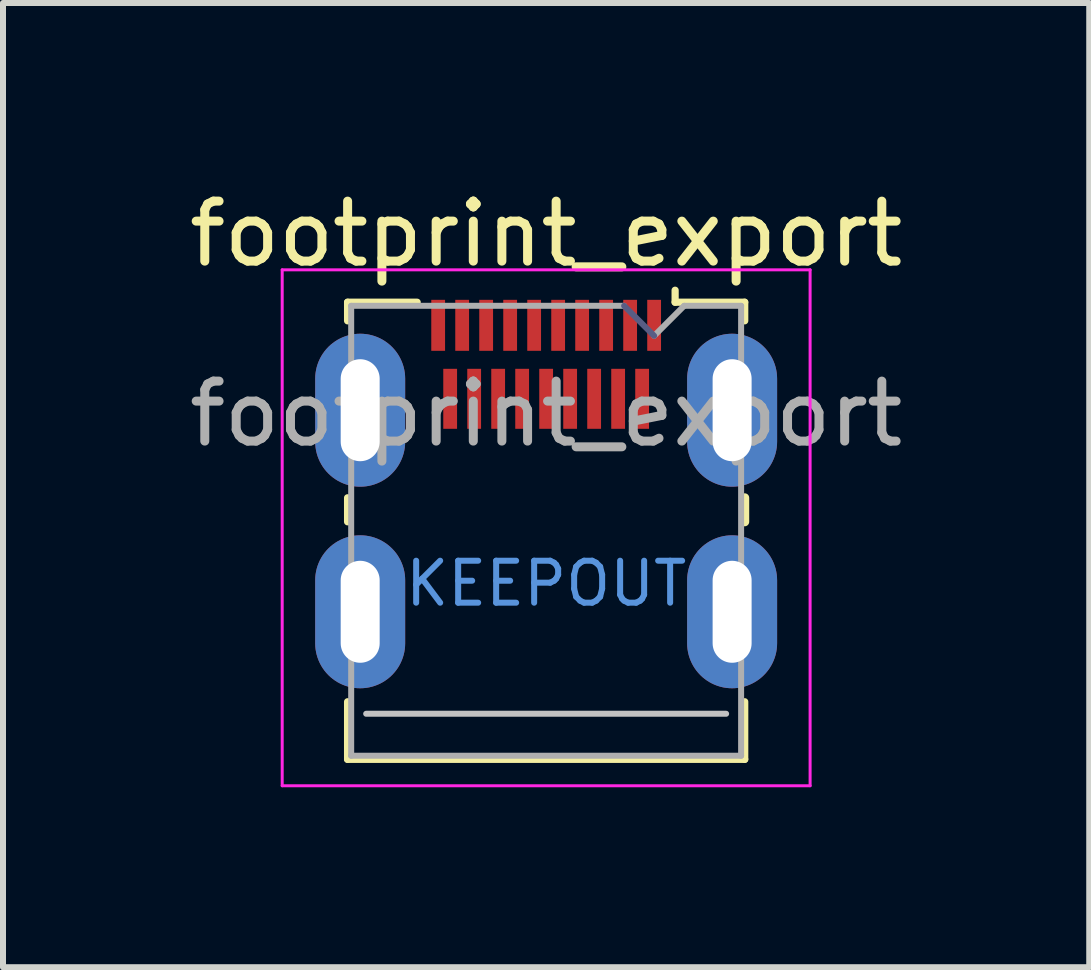
<source format=kicad_pcb>
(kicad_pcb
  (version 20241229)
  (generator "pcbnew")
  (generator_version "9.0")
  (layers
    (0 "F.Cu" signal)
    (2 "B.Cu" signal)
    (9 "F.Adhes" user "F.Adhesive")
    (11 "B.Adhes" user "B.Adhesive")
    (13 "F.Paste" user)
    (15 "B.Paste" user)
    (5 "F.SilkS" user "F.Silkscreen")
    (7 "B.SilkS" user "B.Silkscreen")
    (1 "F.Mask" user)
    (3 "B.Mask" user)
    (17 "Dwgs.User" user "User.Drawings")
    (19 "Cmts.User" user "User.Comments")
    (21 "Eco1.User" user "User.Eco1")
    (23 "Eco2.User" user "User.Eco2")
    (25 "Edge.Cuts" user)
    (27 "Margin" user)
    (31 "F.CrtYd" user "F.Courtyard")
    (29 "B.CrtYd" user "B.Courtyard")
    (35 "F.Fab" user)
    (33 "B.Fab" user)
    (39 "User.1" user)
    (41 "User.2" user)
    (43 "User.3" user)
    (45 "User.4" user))
  (footprint "footprint_export"
    (layer "F.Cu")
    (at 6.054 7.148)
    (property "Reference" "footprint_export" (at 0 -6.3 0) (layer "F.SilkS") (effects (font (size 1 1) (thickness 0.15))))
    (attr smd)
    (fp_line (start -3.31 -5.16) (end -2.15 -5.16) (stroke (width 0.12) (type solid)) (layer "F.SilkS"))
    (fp_line (start -3.31 -4.85) (end -3.31 -5.16) (stroke (width 0.12) (type solid)) (layer "F.SilkS"))
    (fp_line (start -3.31 -1.5) (end -3.31 -1.9) (stroke (width 0.12) (type solid)) (layer "F.SilkS"))
    (fp_line (start -3.31 2.46) (end -3.31 1.5) (stroke (width 0.12) (type solid)) (layer "F.SilkS"))
    (fp_line (start -3.31 2.46) (end 3.31 2.46) (stroke (width 0.12) (type solid)) (layer "F.SilkS"))
    (fp_line (start 2.15 -5.16) (end 2.15 -5.36) (stroke (width 0.12) (type solid)) (layer "F.SilkS"))
    (fp_line (start 2.15 -5.16) (end 3.31 -5.16) (stroke (width 0.12) (type solid)) (layer "F.SilkS"))
    (fp_line (start 3.31 -5.16) (end 3.31 -4.85) (stroke (width 0.12) (type solid)) (layer "F.SilkS"))
    (fp_line (start 3.31 -1.9) (end 3.31 -1.5) (stroke (width 0.15) (type solid)) (layer "F.SilkS"))
    (fp_line (start 3.31 1.5) (end 3.31 2.46) (stroke (width 0.12) (type solid)) (layer "F.SilkS"))
    (fp_line (start -3 1.7) (end 3 1.7) (stroke (width 0.1) (type solid)) (layer "Dwgs.User"))
    (fp_line (start -4.4 -5.7) (end -4.4 2.9) (stroke (width 0.05) (type solid)) (layer "F.CrtYd"))
    (fp_line (start -4.4 2.9) (end 4.4 2.9) (stroke (width 0.05) (type solid)) (layer "F.CrtYd"))
    (fp_line (start 4.4 -5.7) (end -4.4 -5.7) (stroke (width 0.05) (type solid)) (layer "F.CrtYd"))
    (fp_line (start 4.4 2.9) (end 4.4 -5.7) (stroke (width 0.05) (type solid)) (layer "F.CrtYd"))
    (fp_line (start 1.8 -4.6) (end 1.3 -5.1) (stroke (width 0.1) (type solid)) (layer "B.Fab"))
    (fp_line (start -3.25 -5.1) (end 1.3 -5.1) (stroke (width 0.1) (type solid)) (layer "F.Fab"))
    (fp_line (start -3.25 2.4) (end -3.25 -5.1) (stroke (width 0.1) (type solid)) (layer "F.Fab"))
    (fp_line (start 1.8 -4.6) (end 2.3 -5.1) (stroke (width 0.1) (type solid)) (layer "F.Fab"))
    (fp_line (start 2.3 -5.1) (end 3.25 -5.1) (stroke (width 0.1) (type solid)) (layer "F.Fab"))
    (fp_line (start 3.25 -5.1) (end 3.25 2.4) (stroke (width 0.1) (type solid)) (layer "F.Fab"))
    (fp_line (start 3.25 2.4) (end -3.25 2.4) (stroke (width 0.1) (type solid)) (layer "F.Fab"))
    (fp_text user "KEEPOUT" (at 0 -0.47 0) (layer "Cmts.User") (effects (font (size 0.7 0.7) (thickness 0.1))))
    (fp_text user "${REFERENCE}" (at 0 -3.3 0) (layer "F.Fab") (effects (font (size 1 1) (thickness 0.15))))
    (pad "1" smd rect (at 1.8 -4.775) (size 0.23 0.85) (layers "F.Cu" "F.Mask" "F.Paste"))
    (pad "2" smd rect (at 1.6 -3.55) (size 0.23 1) (layers "F.Cu" "F.Mask" "F.Paste"))
    (pad "3" smd rect (at 1.4 -4.775) (size 0.23 0.85) (layers "F.Cu" "F.Mask" "F.Paste"))
    (pad "4" smd rect (at 1.2 -3.55) (size 0.23 1) (layers "F.Cu" "F.Mask" "F.Paste"))
    (pad "5" smd rect (at 1 -4.775) (size 0.23 0.85) (layers "F.Cu" "F.Mask" "F.Paste"))
    (pad "6" smd rect (at 0.8 -3.55) (size 0.23 1) (layers "F.Cu" "F.Mask" "F.Paste"))
    (pad "7" smd rect (at 0.6 -4.775) (size 0.23 0.85) (layers "F.Cu" "F.Mask" "F.Paste"))
    (pad "8" smd rect (at 0.4 -3.55) (size 0.23 1) (layers "F.Cu" "F.Mask" "F.Paste"))
    (pad "9" smd rect (at 0.2 -4.775) (size 0.23 0.85) (layers "F.Cu" "F.Mask" "F.Paste"))
    (pad "10" smd rect (at 0 -3.55) (size 0.23 1) (layers "F.Cu" "F.Mask" "F.Paste"))
    (pad "11" smd rect (at -0.2 -4.775) (size 0.23 0.85) (layers "F.Cu" "F.Mask" "F.Paste"))
    (pad "12" smd rect (at -0.4 -3.55) (size 0.23 1) (layers "F.Cu" "F.Mask" "F.Paste"))
    (pad "13" smd rect (at -0.6 -4.775) (size 0.23 0.85) (layers "F.Cu" "F.Mask" "F.Paste"))
    (pad "14" smd rect (at -0.8 -3.55) (size 0.23 1) (layers "F.Cu" "F.Mask" "F.Paste"))
    (pad "15" smd rect (at -1 -4.775) (size 0.23 0.85) (layers "F.Cu" "F.Mask" "F.Paste"))
    (pad "16" smd rect (at -1.2 -3.55) (size 0.23 1) (layers "F.Cu" "F.Mask" "F.Paste"))
    (pad "17" smd rect (at -1.4 -4.775) (size 0.23 0.85) (layers "F.Cu" "F.Mask" "F.Paste"))
    (pad "18" smd rect (at -1.6 -3.55) (size 0.23 1) (layers "F.Cu" "F.Mask" "F.Paste"))
    (pad "19" smd rect (at -1.8 -4.775) (size 0.23 0.85) (layers "F.Cu" "F.Mask" "F.Paste"))
    (pad "SH" thru_hole oval (at -3.1 -3.36) (size 1.5 2.55) (drill oval 0.65 1.7) (layers "*.Cu" "*.Mask"))
    (pad "SH" thru_hole oval (at -3.1 0) (size 1.5 2.55) (drill oval 0.65 1.7) (layers "*.Cu" "*.Mask"))
    (pad "SH" thru_hole oval (at 3.1 -3.36) (size 1.5 2.55) (drill oval 0.65 1.7) (layers "*.Cu" "*.Mask"))
    (pad "SH" thru_hole oval (at 3.1 0) (size 1.5 2.55) (drill oval 0.65 1.7) (layers "*.Cu" "*.Mask"))
    (zone (net_name "") (layer "F.Cu") (hatch full 0.508) (connect_pads) (min_thickness 0.254) (filled_areas_thickness no) (keepout (tracks not_allowed) (vias not_allowed) (pads not_allowed) (copperpour not_allowed) (footprints not_allowed)) (placement (enabled no)) (fill) (polygon (pts (xy 3.704 4.508) (xy 8.404 4.508) (xy 8.404 8.848) (xy 3.704 8.848)))))
  (gr_rect
    (start -3 -3)
    (end 15.107 13.073)
    (stroke (width 0.1) (type default))
    (fill no)
    (layer "Edge.Cuts")))
</source>
